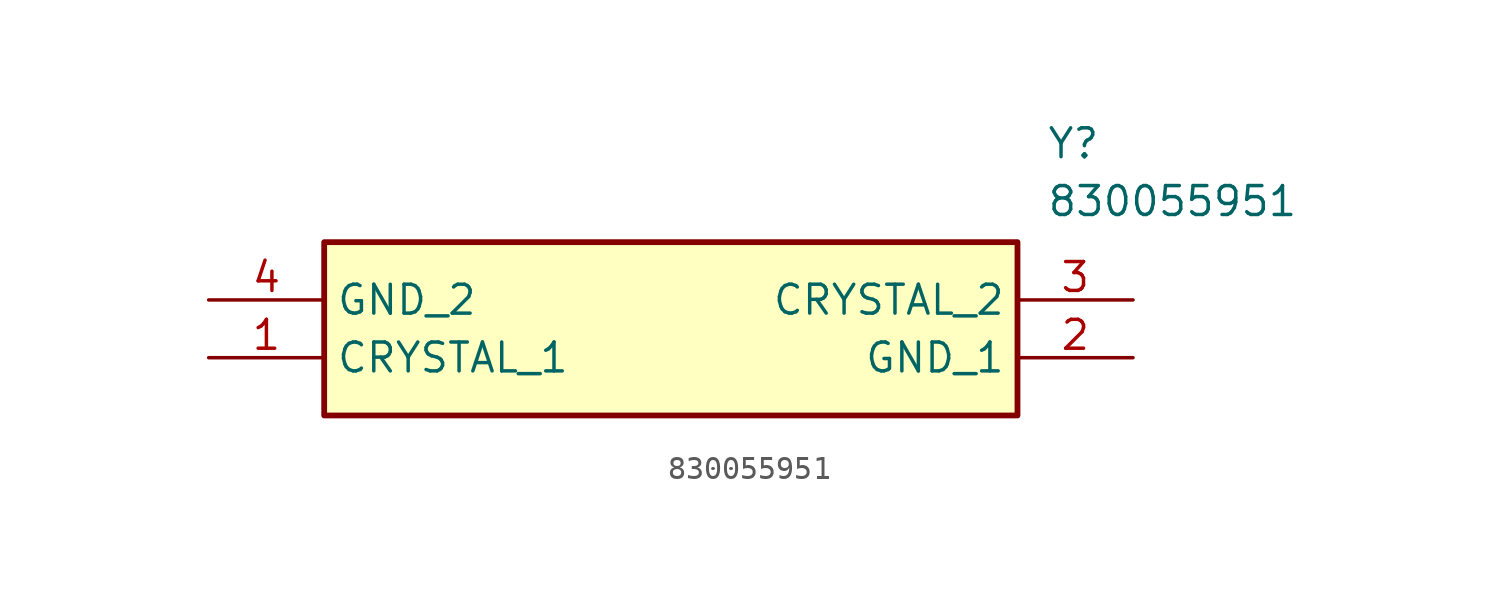
<source format=kicad_sym>
(kicad_symbol_lib
  (version 20211014)
  (generator SamacSys_ECAD_Model)
  (symbol "830055951"
    (property "Reference" "Y"
      (at 36.83 7.62 0)
      (effects (font (size 1.27 1.27)) (justify left top)))
    (property "Value" "830055951"
      (at 36.83 5.08 0)
      (effects (font (size 1.27 1.27)) (justify left top)))
    (rectangle
      (start 5.08 2.54)
      (end 35.56 -5.08)
      (stroke (width 0.254) (type default))
      (fill (type background)))
    (pin passive line
      (at 0 -2.54 0)
      (length 5.08)
      (name "CRYSTAL_1" (effects (font (size 1.27 1.27))))
      (number "1" (effects (font (size 1.27 1.27)))))
    (pin passive line
      (at 40.64 -2.54 180)
      (length 5.08)
      (name "GND_1" (effects (font (size 1.27 1.27))))
      (number "2" (effects (font (size 1.27 1.27)))))
    (pin passive line
      (at 40.64 0 180)
      (length 5.08)
      (name "CRYSTAL_2" (effects (font (size 1.27 1.27))))
      (number "3" (effects (font (size 1.27 1.27)))))
    (pin passive line
      (at 0 0 0)
      (length 5.08)
      (name "GND_2" (effects (font (size 1.27 1.27))))
      (number "4" (effects (font (size 1.27 1.27)))))))
</source>
